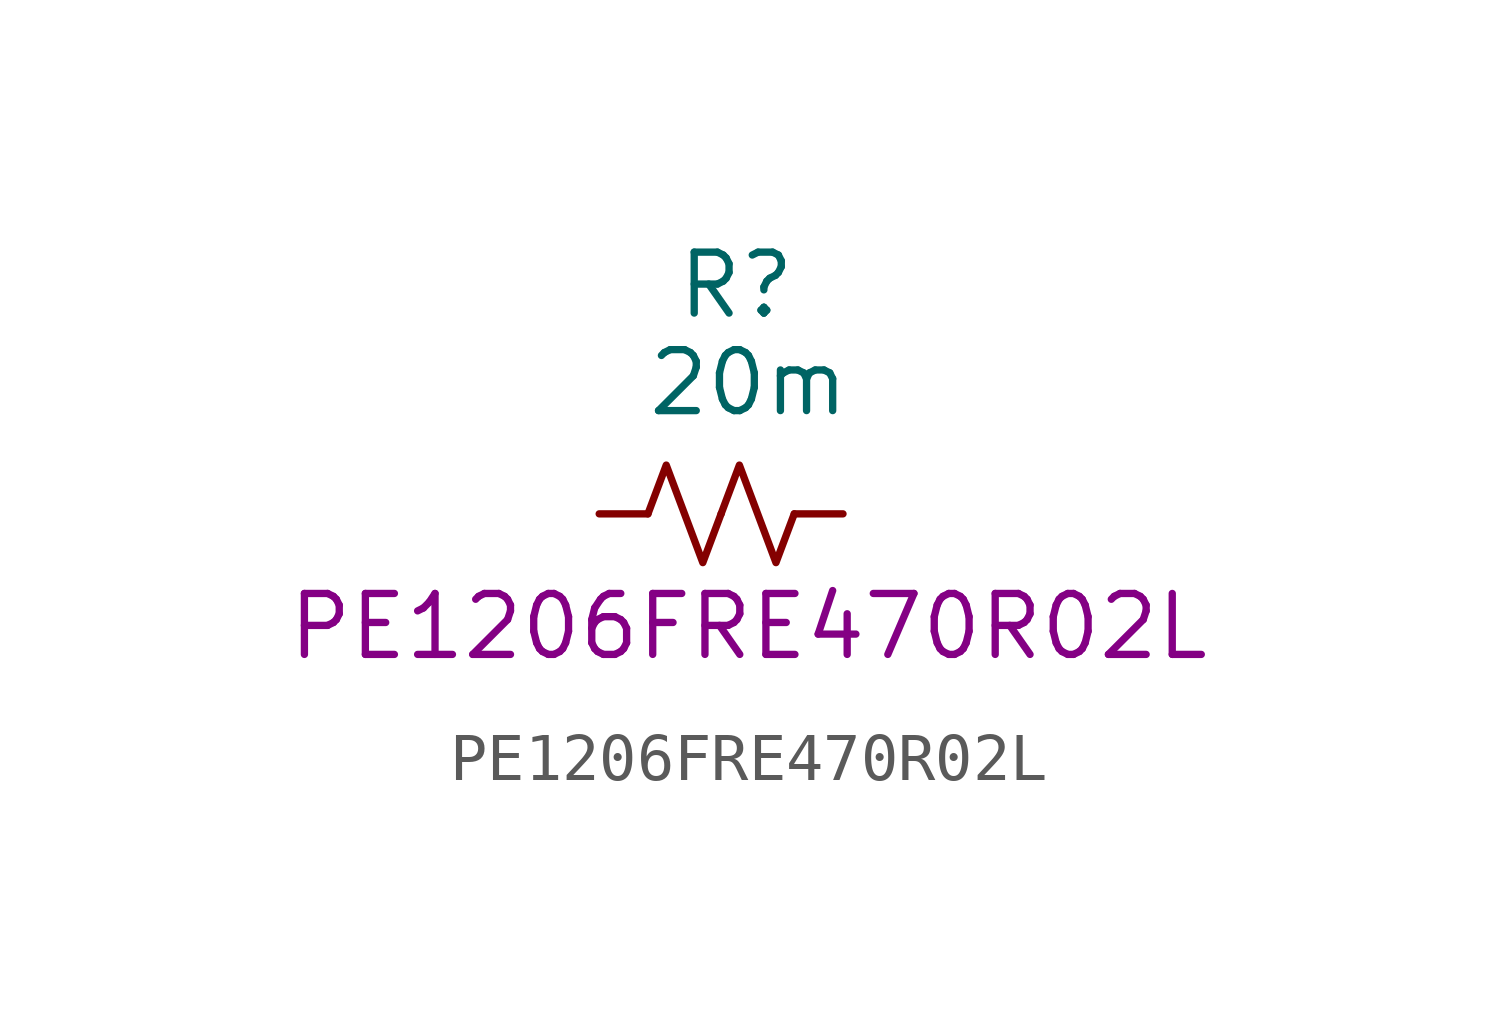
<source format=kicad_sym>
(kicad_symbol_lib
  (version 20231120)
  (generator "kicad_symbol_editor")
  (generator_version "8.0")
  (symbol "PE1206FRE470R02L"
    (pin_numbers hide)
    (pin_names hide)
    (property "Reference" "R"
      (at 2.857 4.763 0)
      (effects (font (size 1.27 1.27))))
    (property "Value" "20m"
      (at 3.111 2.731 0)
      (effects (font (size 1.27 1.27))))
    (property "MPN" "PE1206FRE470R02L"
      (at 3.111 -2.349 0)
      (effects (font (size 1.27 1.27))))
    (symbol "PE1206FRE470R02L_1_1"
      (polyline (pts (xy 1.016 0) (xy 1.397 1.016) (xy 1.778 0) (xy 2.159 -1.016) (xy 2.54 0)) (stroke (width 0) (type default)) (fill (type none)))
      (polyline (pts (xy 2.54 0) (xy 2.921 1.016) (xy 3.302 0) (xy 3.683 -1.016) (xy 4.064 0)) (stroke (width 0) (type default)) (fill (type none)))
      (pin passive line (at 0 0 0) (length 1.016) (name "~" (effects (font (size 1.27 1.27)))) (number "1" (effects (font (size 1.27 1.27)))))
      (pin passive line (at 5.08 0 180) (length 1.016) (name "~" (effects (font (size 1.27 1.27)))) (number "2" (effects (font (size 1.27 1.27))))))))
</source>
